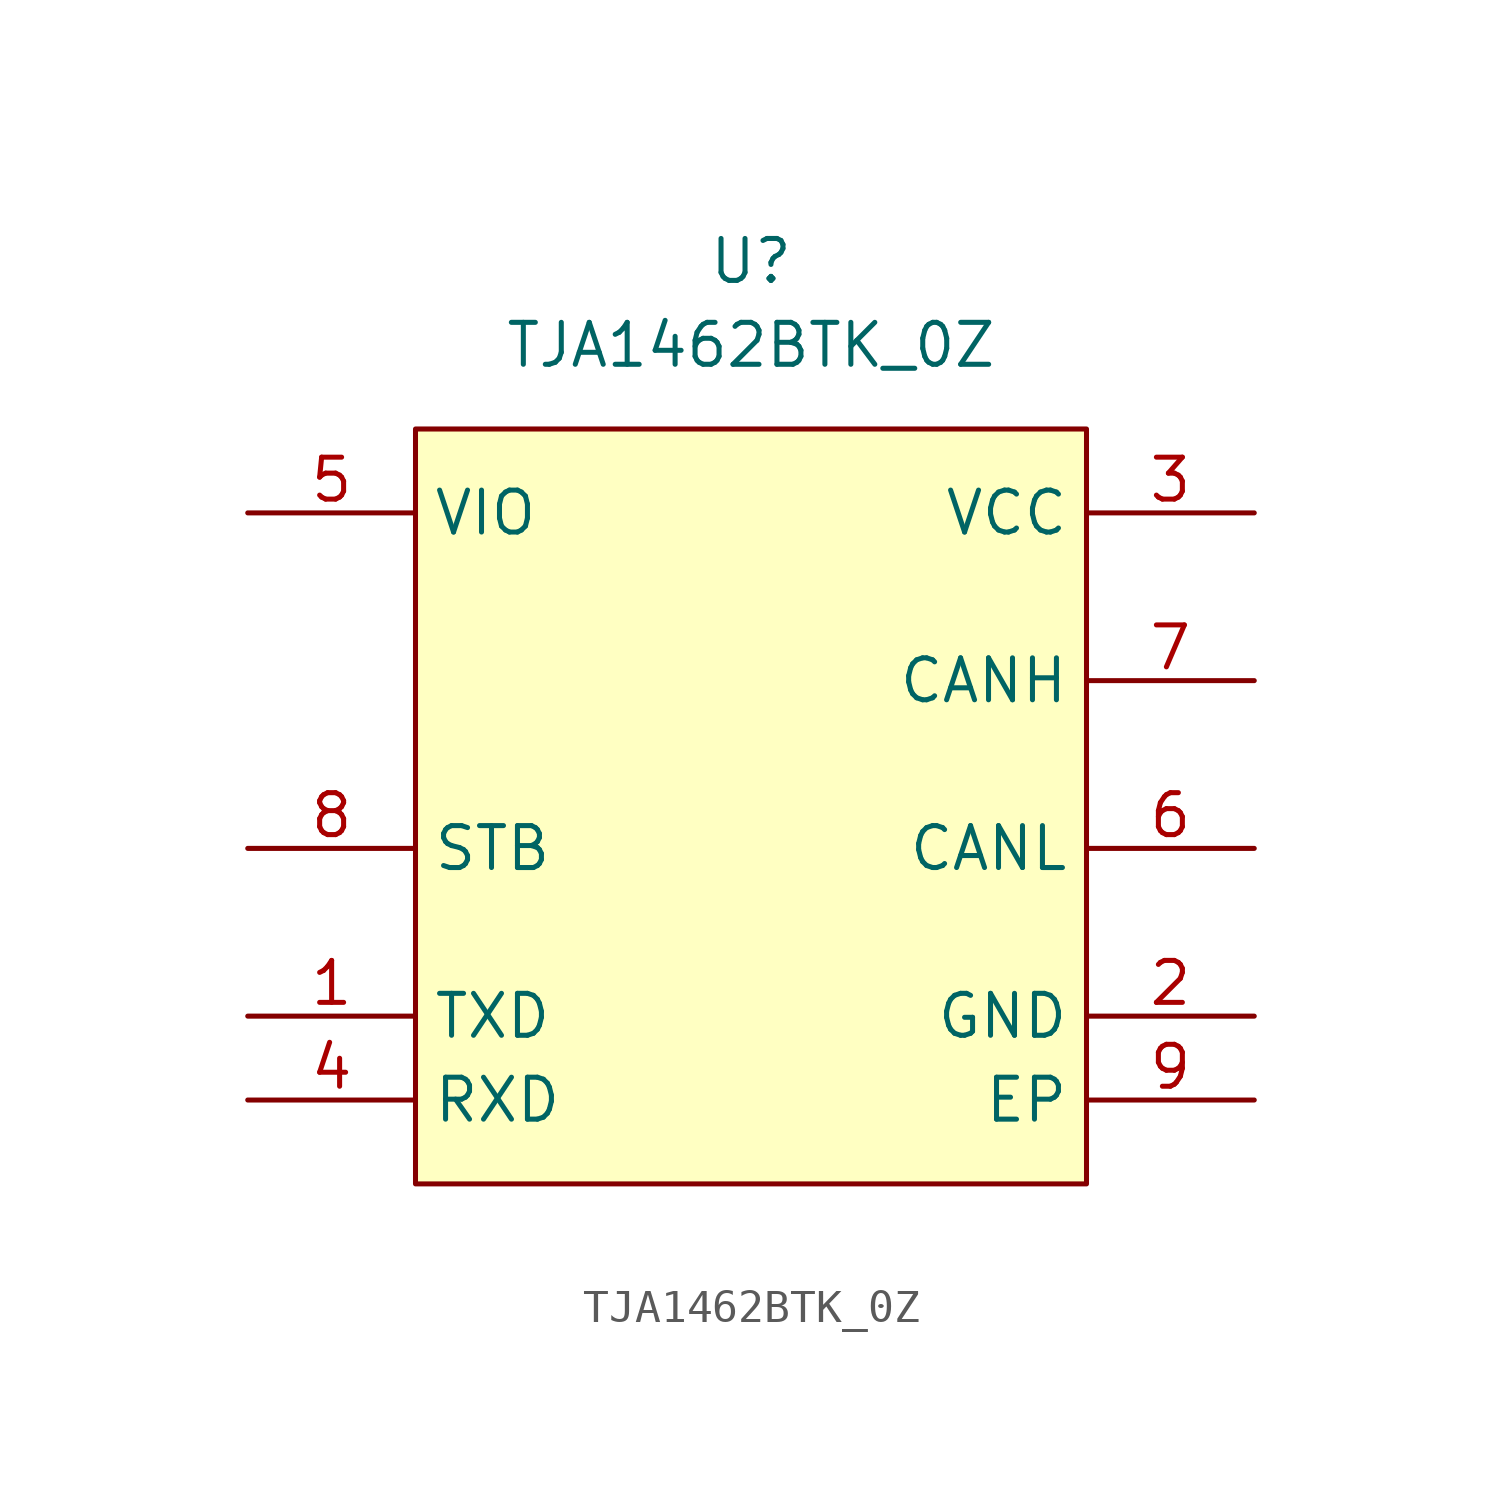
<source format=kicad_sym>
(kicad_symbol_lib
  (version 20241209)
  (generator "kicad_symbol_editor")
  (generator_version "9.0")
  (symbol "TJA1462BTK_0Z"
    (property "Reference" "U"
      (at 0 5.08 0)
      (effects (font (size 1.27 1.27))))
    (property "Value" "TJA1462BTK_0Z"
      (at 0 2.54 0)
      (effects (font (size 1.27 1.27))))
    (symbol "TJA1462BTK_0Z_1_1"
      (rectangle (start -10.16 0) (end 10.16 -22.86) (stroke (width 0) (type solid)) (fill (type background)))
      (pin passive line (at -15.24 -2.54 0) (length 5.08) (name "VIO" (effects (font (size 1.27 1.27)))) (number "5" (effects (font (size 1.27 1.27)))))
      (pin passive line (at -15.24 -12.7 0) (length 5.08) (name "STB" (effects (font (size 1.27 1.27)))) (number "8" (effects (font (size 1.27 1.27)))))
      (pin passive line (at -15.24 -17.78 0) (length 5.08) (name "TXD" (effects (font (size 1.27 1.27)))) (number "1" (effects (font (size 1.27 1.27)))))
      (pin passive line (at -15.24 -20.32 0) (length 5.08) (name "RXD" (effects (font (size 1.27 1.27)))) (number "4" (effects (font (size 1.27 1.27)))))
      (pin passive line (at 15.24 -2.54 180) (length 5.08) (name "VCC" (effects (font (size 1.27 1.27)))) (number "3" (effects (font (size 1.27 1.27)))))
      (pin passive line (at 15.24 -7.62 180) (length 5.08) (name "CANH" (effects (font (size 1.27 1.27)))) (number "7" (effects (font (size 1.27 1.27)))))
      (pin passive line (at 15.24 -12.7 180) (length 5.08) (name "CANL" (effects (font (size 1.27 1.27)))) (number "6" (effects (font (size 1.27 1.27)))))
      (pin passive line (at 15.24 -17.78 180) (length 5.08) (name "GND" (effects (font (size 1.27 1.27)))) (number "2" (effects (font (size 1.27 1.27)))))
      (pin passive line (at 15.24 -20.32 180) (length 5.08) (name "EP" (effects (font (size 1.27 1.27)))) (number "9" (effects (font (size 1.27 1.27))))))))
</source>
